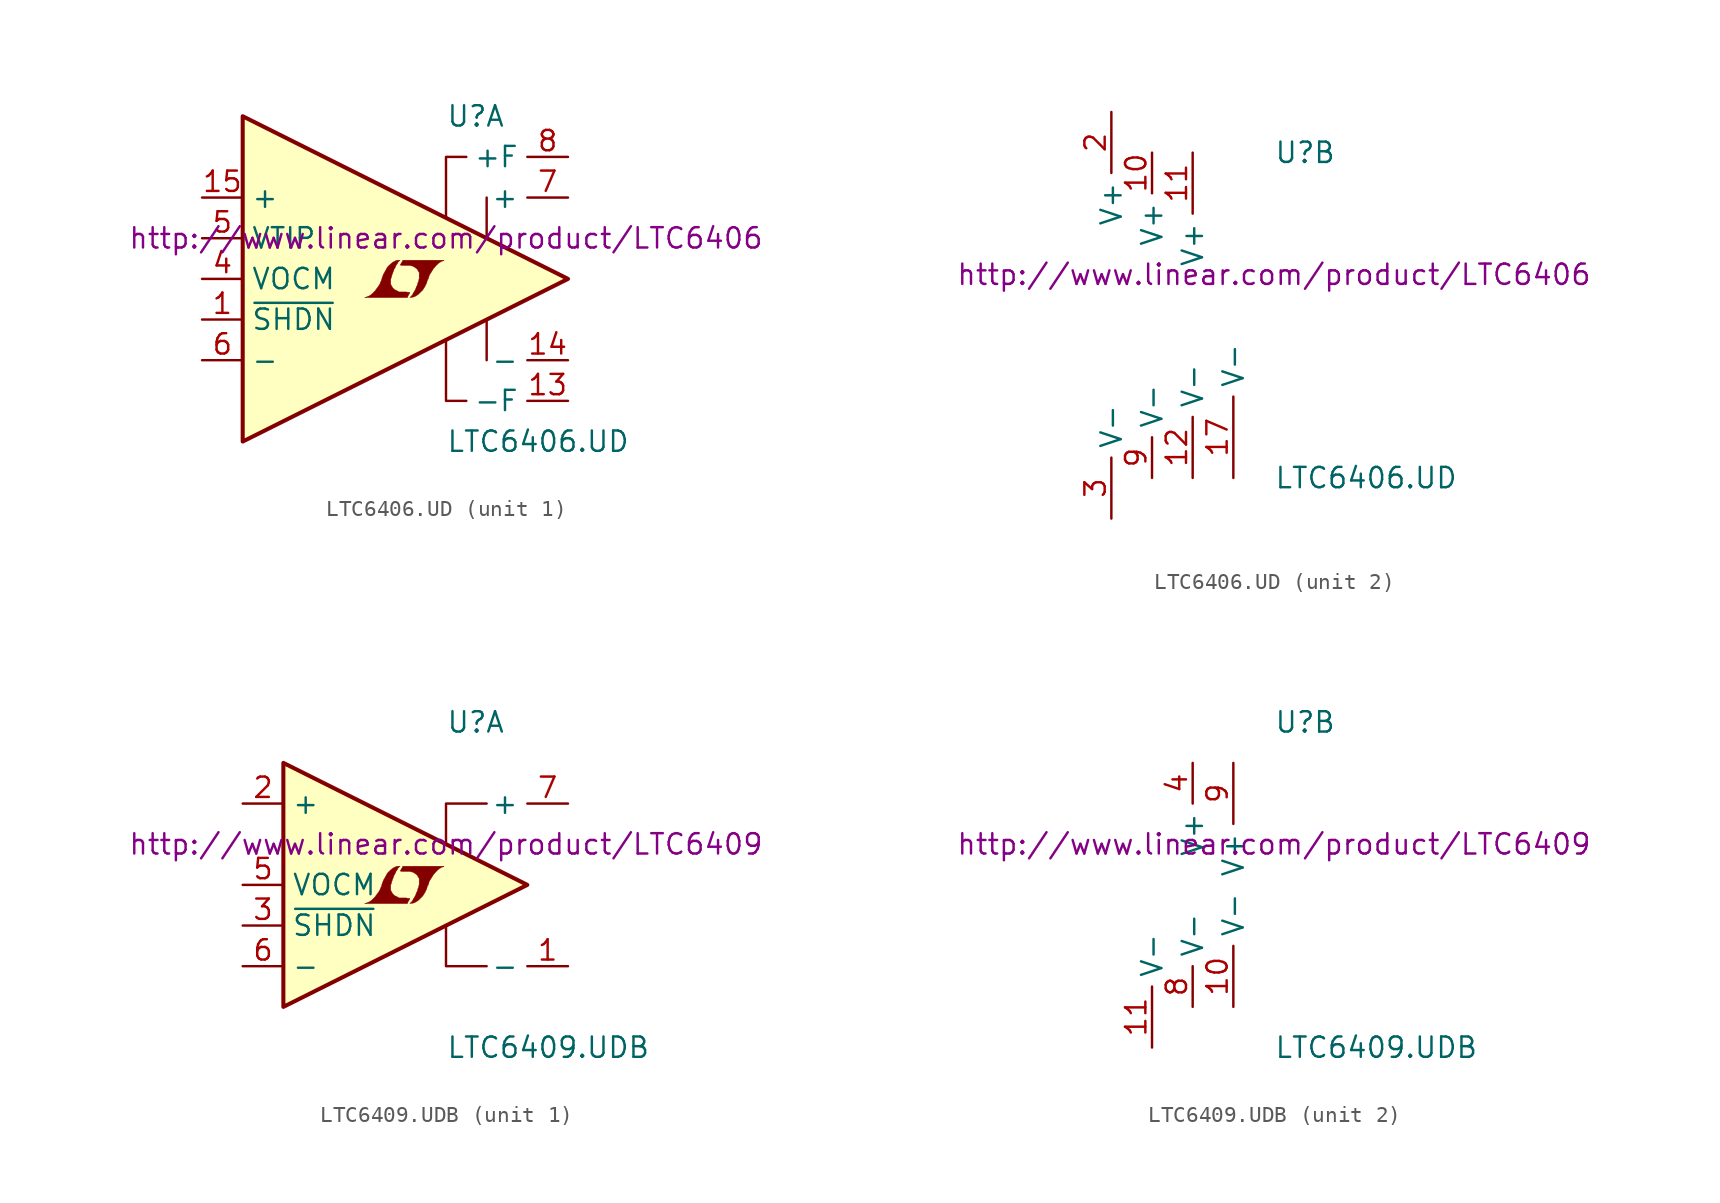
<source format=kicad_sym>
(kicad_symbol_lib
  (version 20201005)
  (generator kicad_symbol_editor)
  (symbol "LTC6406.UD"
    (property "Reference" "U"
      (at 5.08 10.16 0)
      (effects (font (size 1.27 1.27)) (justify left)))
    (property "Value" "LTC6406.UD"
      (at 5.08 -10.16 0)
      (effects (font (size 1.27 1.27)) (justify left)))
    (property "Datasheet" "http://www.linear.com/product/LTC6406"
      (at 5.08 2.54 0)
      (effects (font (size 1.27 1.27))))
    (property "ki_locked" ""
      (at 0 0 0)
      (effects (font (size 1.27 1.27))))
    (symbol "LTC6406.UD_1_0"
      (polyline (pts (xy 2.743 -0.991) (xy 2.769 -0.965) (xy 2.819 -0.864) (xy 2.819 -0.838) (xy 2.692 -0.838) (xy 2.591 -0.813) (xy 2.134 -0.813) (xy 2.108 -0.787) (xy 1.854 -0.66) (xy 1.753 -0.559) (xy 1.676 -0.432) (xy 1.626 -0.33) (xy 1.626 -0.025) (xy 1.676 0.127) (xy 1.702 0.229) (xy 1.727 0.305) (xy 1.778 0.432) (xy 1.829 0.584) (xy 1.905 0.711) (xy 1.956 0.838) (xy 2.032 0.94) (xy 2.083 1.041) (xy 2.21 1.168) (xy 2.032 1.168) (xy 1.905 1.118) (xy 1.803 1.067) (xy 1.727 1.016) (xy 1.6 0.914) (xy 1.422 0.737) (xy 1.168 0.279) (xy 1.067 0) (xy 1.067 -0.051) (xy 1.016 -0.152) (xy 0.965 -0.279) (xy 0.914 -0.381) (xy 0.787 -0.559) (xy 0.635 -0.762) (xy 0.483 -0.914) (xy 0.33 -1.041) (xy 0.152 -1.118) (xy 0 -1.168) (xy 2.667 -1.168) (xy 2.743 -0.991)) (stroke (width 0.025)) (fill (type outline)))
      (polyline (pts (xy 2.946 -1.143) (xy 3.023 -1.143) (xy 3.2 -1.067) (xy 3.353 -0.965) (xy 3.632 -0.686) (xy 3.759 -0.483) (xy 3.861 -0.279) (xy 3.937 -0.025) (xy 3.962 -0.025) (xy 4.039 0.229) (xy 4.293 0.635) (xy 4.445 0.813) (xy 4.597 0.965) (xy 4.75 1.067) (xy 4.928 1.143) (xy 4.953 1.143) (xy 4.953 1.168) (xy 2.388 1.168) (xy 2.311 1.016) (xy 2.286 0.991) (xy 2.235 0.889) (xy 2.21 0.864) (xy 2.261 0.864) (xy 2.311 0.838) (xy 2.845 0.838) (xy 2.896 0.813) (xy 2.946 0.813) (xy 3.023 0.787) (xy 3.15 0.711) (xy 3.277 0.61) (xy 3.353 0.483) (xy 3.378 0.432) (xy 3.404 0.406) (xy 3.404 0) (xy 3.378 -0.051) (xy 3.378 -0.127) (xy 3.327 -0.229) (xy 3.302 -0.356) (xy 3.226 -0.508) (xy 3.175 -0.66) (xy 3.023 -0.914) (xy 2.972 -1.016) (xy 2.819 -1.168) (xy 2.946 -1.143)) (stroke (width 0.025)) (fill (type outline))))
    (symbol "LTC6406.UD_1_1"
      (polyline (pts (xy 7.62 -2.54) (xy 7.62 -5.08)) (stroke (width 0)) (fill (type none)))
      (polyline (pts (xy 7.62 5.08) (xy 7.62 2.54)) (stroke (width 0)) (fill (type none)))
      (polyline (pts (xy 5.08 -3.81) (xy 5.08 -7.62) (xy 6.35 -7.62)) (stroke (width 0)) (fill (type none)))
      (polyline (pts (xy 5.08 3.81) (xy 5.08 7.62) (xy 6.35 7.62)) (stroke (width 0)) (fill (type none)))
      (polyline (pts (xy 12.7 0) (xy -7.62 10.16) (xy -7.62 -10.16) (xy 12.7 0)) (stroke (width 0.254)) (fill (type background)))
      (pin input line (at -10.16 -2.54 0) (length 2.54) (name "~SHDN~" (effects (font (size 1.27 1.27)))) (number "1" (effects (font (size 1.27 1.27)))))
      (pin passive line (at -10.16 0 0) (length 2.54) (name "VOCM" (effects (font (size 1.27 1.27)))) (number "4" (effects (font (size 1.27 1.27)))))
      (pin passive line (at -10.16 2.54 0) (length 2.54) (name "VTIP" (effects (font (size 1.27 1.27)))) (number "5" (effects (font (size 1.27 1.27)))))
      (pin input line (at -10.16 -5.08 0) (length 2.54) (name "-" (effects (font (size 1.27 1.27)))) (number "6" (effects (font (size 1.27 1.27)))))
      (pin output line (at 12.7 5.08 180) (length 2.54) (name "+" (effects (font (size 1.27 1.27)))) (number "7" (effects (font (size 1.27 1.27)))))
      (pin output line (at 12.7 7.62 180) (length 2.54) (name "+F" (effects (font (size 1.27 1.27)))) (number "8" (effects (font (size 1.27 1.27)))))
      (pin output line (at 12.7 -7.62 180) (length 2.54) (name "-F" (effects (font (size 1.27 1.27)))) (number "13" (effects (font (size 1.27 1.27)))))
      (pin output line (at 12.7 -5.08 180) (length 2.54) (name "-" (effects (font (size 1.27 1.27)))) (number "14" (effects (font (size 1.27 1.27)))))
      (pin input line (at -10.16 5.08 0) (length 2.54) (name "+" (effects (font (size 1.27 1.27)))) (number "15" (effects (font (size 1.27 1.27)))))
      (pin unconnected line (at -10.16 -7.62 0) (length 2.54) hide (name "NC" (effects (font (size 1.27 1.27)))) (number "16" (effects (font (size 1.27 1.27))))))
    (symbol "LTC6406.UD_2_1"
      (pin power_in line (at -5.08 12.7 270) (length 3.81) (name "V+" (effects (font (size 1.27 1.27)))) (number "2" (effects (font (size 1.27 1.27)))))
      (pin power_in line (at -5.08 -12.7 90) (length 3.81) (name "V-" (effects (font (size 1.27 1.27)))) (number "3" (effects (font (size 1.27 1.27)))))
      (pin power_in line (at -2.54 -10.16 90) (length 2.54) (name "V-" (effects (font (size 1.27 1.27)))) (number "9" (effects (font (size 1.27 1.27)))))
      (pin power_in line (at -2.54 10.16 270) (length 2.54) (name "V+" (effects (font (size 1.27 1.27)))) (number "10" (effects (font (size 1.27 1.27)))))
      (pin power_in line (at 0 10.16 270) (length 3.81) (name "V+" (effects (font (size 1.27 1.27)))) (number "11" (effects (font (size 1.27 1.27)))))
      (pin power_in line (at 0 -10.16 90) (length 3.81) (name "V-" (effects (font (size 1.27 1.27)))) (number "12" (effects (font (size 1.27 1.27)))))
      (pin power_in line (at 2.54 -10.16 90) (length 5.08) (name "V-" (effects (font (size 1.27 1.27)))) (number "17" (effects (font (size 1.27 1.27)))))))
  (symbol "LTC6409.UDB"
    (property "Reference" "U"
      (at 5.08 10.16 0)
      (effects (font (size 1.27 1.27)) (justify left)))
    (property "Value" "LTC6409.UDB"
      (at 5.08 -10.16 0)
      (effects (font (size 1.27 1.27)) (justify left)))
    (property "Datasheet" "http://www.linear.com/product/LTC6409"
      (at 5.08 2.54 0)
      (effects (font (size 1.27 1.27))))
    (property "ki_locked" ""
      (at 0 0 0)
      (effects (font (size 1.27 1.27))))
    (symbol "LTC6409.UDB_1_0"
      (polyline (pts (xy 2.743 -0.991) (xy 2.769 -0.965) (xy 2.819 -0.864) (xy 2.819 -0.838) (xy 2.692 -0.838) (xy 2.591 -0.813) (xy 2.134 -0.813) (xy 2.108 -0.787) (xy 1.854 -0.66) (xy 1.753 -0.559) (xy 1.676 -0.432) (xy 1.626 -0.33) (xy 1.626 -0.025) (xy 1.676 0.127) (xy 1.702 0.229) (xy 1.727 0.305) (xy 1.778 0.432) (xy 1.829 0.584) (xy 1.905 0.711) (xy 1.956 0.838) (xy 2.032 0.94) (xy 2.083 1.041) (xy 2.21 1.168) (xy 2.032 1.168) (xy 1.905 1.118) (xy 1.803 1.067) (xy 1.727 1.016) (xy 1.6 0.914) (xy 1.422 0.737) (xy 1.168 0.279) (xy 1.067 0) (xy 1.067 -0.051) (xy 1.016 -0.152) (xy 0.965 -0.279) (xy 0.914 -0.381) (xy 0.787 -0.559) (xy 0.635 -0.762) (xy 0.483 -0.914) (xy 0.33 -1.041) (xy 0.152 -1.118) (xy 0 -1.168) (xy 2.667 -1.168) (xy 2.743 -0.991)) (stroke (width 0.025)) (fill (type outline)))
      (polyline (pts (xy 2.946 -1.143) (xy 3.023 -1.143) (xy 3.2 -1.067) (xy 3.353 -0.965) (xy 3.632 -0.686) (xy 3.759 -0.483) (xy 3.861 -0.279) (xy 3.937 -0.025) (xy 3.962 -0.025) (xy 4.039 0.229) (xy 4.293 0.635) (xy 4.445 0.813) (xy 4.597 0.965) (xy 4.75 1.067) (xy 4.928 1.143) (xy 4.953 1.143) (xy 4.953 1.168) (xy 2.388 1.168) (xy 2.311 1.016) (xy 2.286 0.991) (xy 2.235 0.889) (xy 2.21 0.864) (xy 2.261 0.864) (xy 2.311 0.838) (xy 2.845 0.838) (xy 2.896 0.813) (xy 2.946 0.813) (xy 3.023 0.787) (xy 3.15 0.711) (xy 3.277 0.61) (xy 3.353 0.483) (xy 3.378 0.432) (xy 3.404 0.406) (xy 3.404 0) (xy 3.378 -0.051) (xy 3.378 -0.127) (xy 3.327 -0.229) (xy 3.302 -0.356) (xy 3.226 -0.508) (xy 3.175 -0.66) (xy 3.023 -0.914) (xy 2.972 -1.016) (xy 2.819 -1.168) (xy 2.946 -1.143)) (stroke (width 0.025)) (fill (type outline))))
    (symbol "LTC6409.UDB_1_1"
      (polyline (pts (xy 7.62 -5.08) (xy 5.08 -5.08) (xy 5.08 -2.54)) (stroke (width 0)) (fill (type none)))
      (polyline (pts (xy 7.62 5.08) (xy 5.08 5.08) (xy 5.08 2.54)) (stroke (width 0)) (fill (type none)))
      (polyline (pts (xy 10.16 0) (xy -5.08 7.62) (xy -5.08 -7.62) (xy 10.16 0)) (stroke (width 0.254)) (fill (type background)))
      (pin output line (at 12.7 -5.08 180) (length 2.54) (name "-" (effects (font (size 1.27 1.27)))) (number "1" (effects (font (size 1.27 1.27)))))
      (pin input line (at -7.62 5.08 0) (length 2.54) (name "+" (effects (font (size 1.27 1.27)))) (number "2" (effects (font (size 1.27 1.27)))))
      (pin input line (at -7.62 -2.54 0) (length 2.54) (name "~SHDN~" (effects (font (size 1.27 1.27)))) (number "3" (effects (font (size 1.27 1.27)))))
      (pin passive line (at -7.62 0 0) (length 2.54) (name "VOCM" (effects (font (size 1.27 1.27)))) (number "5" (effects (font (size 1.27 1.27)))))
      (pin input line (at -7.62 -5.08 0) (length 2.54) (name "-" (effects (font (size 1.27 1.27)))) (number "6" (effects (font (size 1.27 1.27)))))
      (pin output line (at 12.7 5.08 180) (length 2.54) (name "+" (effects (font (size 1.27 1.27)))) (number "7" (effects (font (size 1.27 1.27))))))
    (symbol "LTC6409.UDB_2_1"
      (pin power_in line (at 0 7.62 270) (length 2.54) (name "V+" (effects (font (size 1.27 1.27)))) (number "4" (effects (font (size 1.27 1.27)))))
      (pin power_in line (at 0 -7.62 90) (length 2.54) (name "V-" (effects (font (size 1.27 1.27)))) (number "8" (effects (font (size 1.27 1.27)))))
      (pin power_in line (at 2.54 7.62 270) (length 3.81) (name "V+" (effects (font (size 1.27 1.27)))) (number "9" (effects (font (size 1.27 1.27)))))
      (pin power_in line (at 2.54 -7.62 90) (length 3.81) (name "V-" (effects (font (size 1.27 1.27)))) (number "10" (effects (font (size 1.27 1.27)))))
      (pin power_in line (at -2.54 -10.16 90) (length 3.81) (name "V-" (effects (font (size 1.27 1.27)))) (number "11" (effects (font (size 1.27 1.27))))))))
</source>
